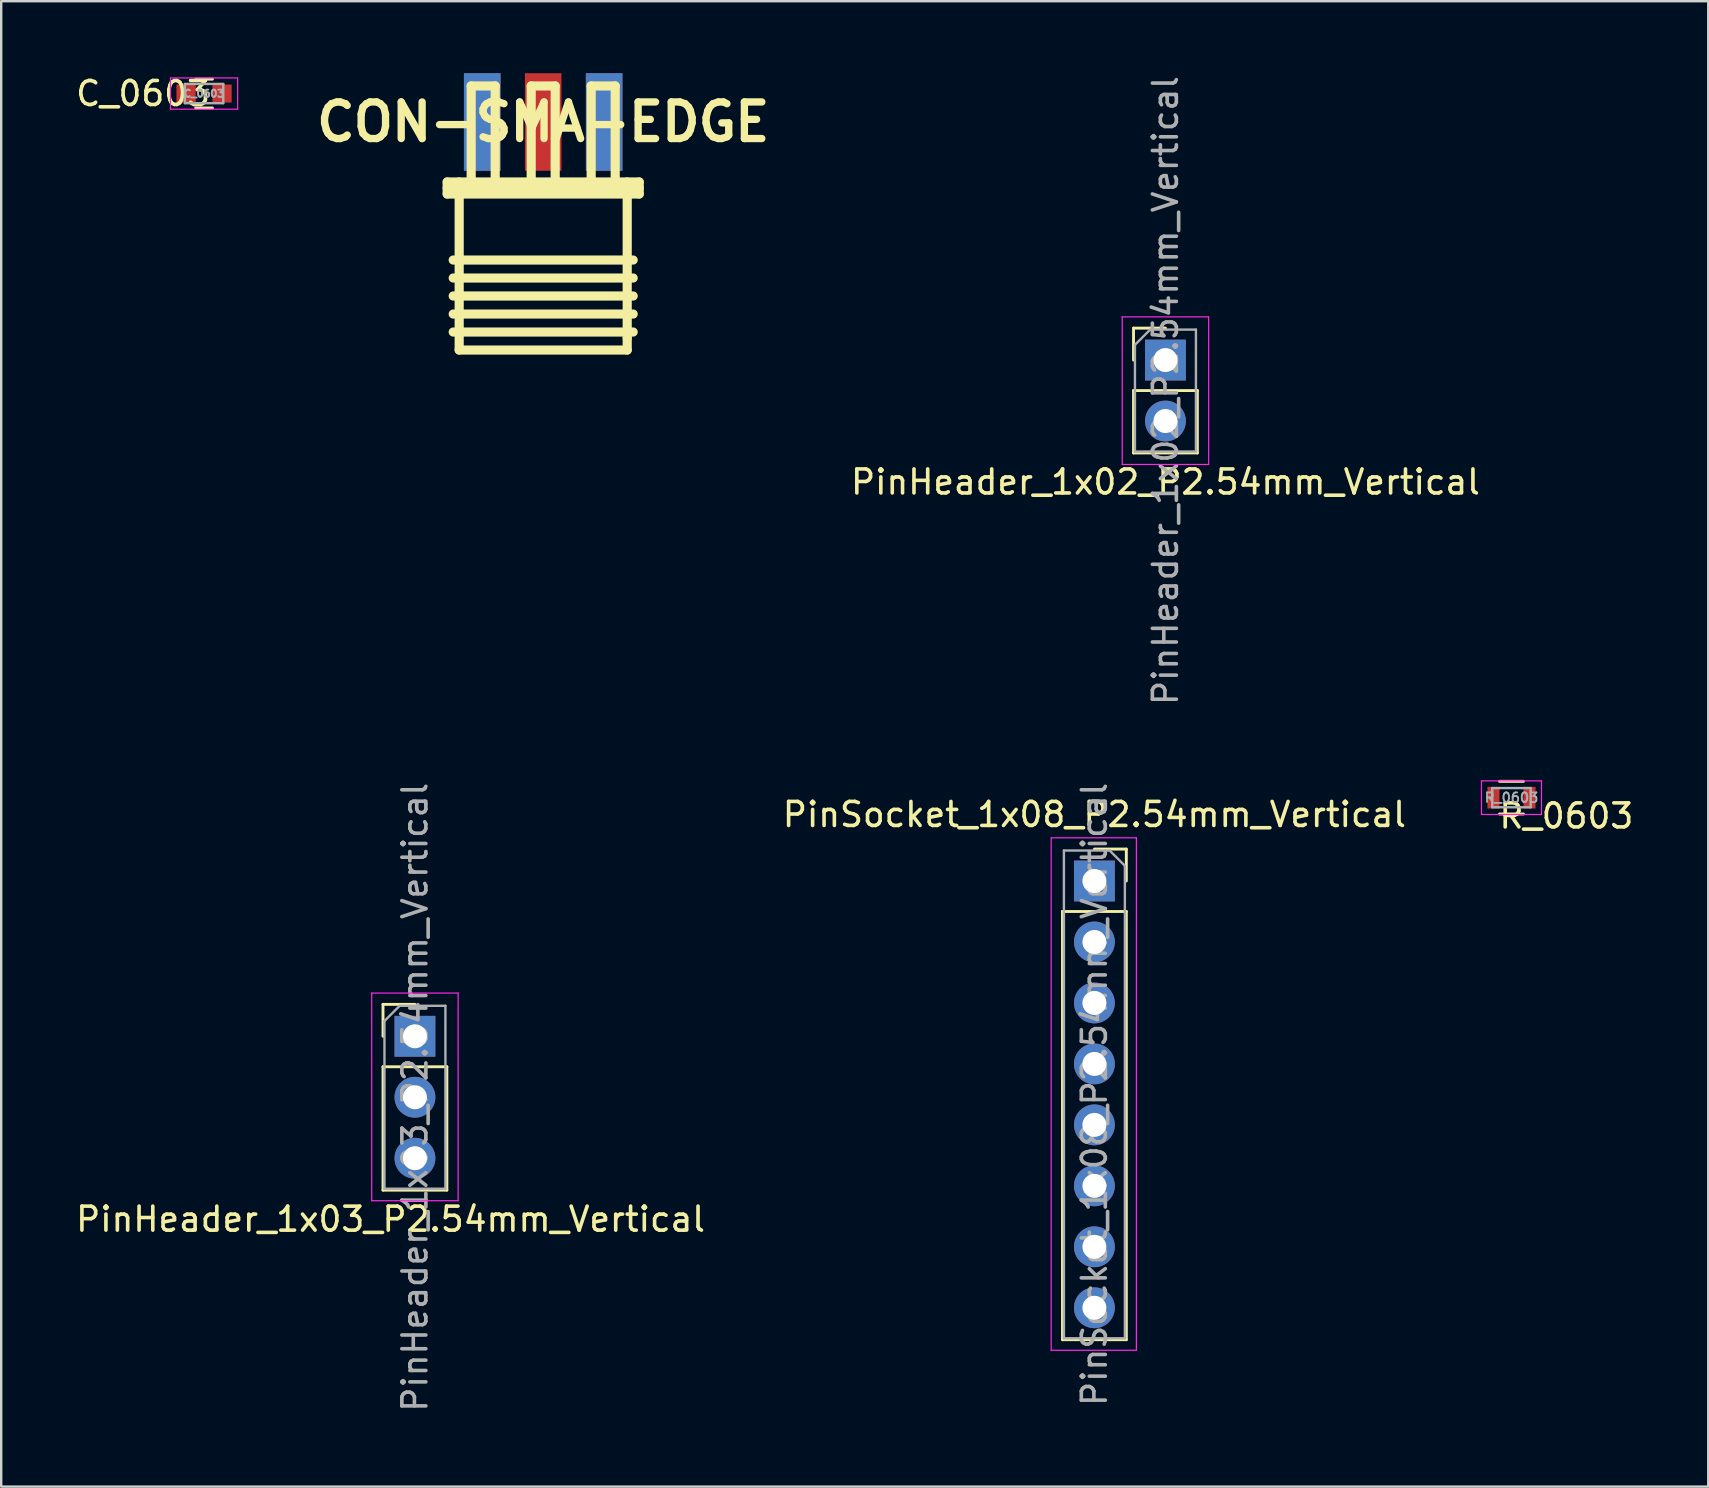
<source format=kicad_pcb>
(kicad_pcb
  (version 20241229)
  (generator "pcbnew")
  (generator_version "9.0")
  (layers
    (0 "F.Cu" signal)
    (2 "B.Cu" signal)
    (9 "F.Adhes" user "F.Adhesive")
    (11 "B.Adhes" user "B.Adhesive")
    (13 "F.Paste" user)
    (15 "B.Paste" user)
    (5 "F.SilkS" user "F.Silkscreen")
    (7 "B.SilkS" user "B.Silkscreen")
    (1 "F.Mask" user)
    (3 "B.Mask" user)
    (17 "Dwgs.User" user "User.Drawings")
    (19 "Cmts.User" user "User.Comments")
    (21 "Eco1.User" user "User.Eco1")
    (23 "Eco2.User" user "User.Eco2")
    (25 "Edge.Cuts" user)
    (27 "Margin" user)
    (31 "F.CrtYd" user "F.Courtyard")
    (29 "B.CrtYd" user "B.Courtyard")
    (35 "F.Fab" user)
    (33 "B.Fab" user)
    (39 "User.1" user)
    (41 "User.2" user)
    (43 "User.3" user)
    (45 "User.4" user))
  (footprint "C_0603"
    (layer "F.Cu")
    (at 5.451 0.848)
    (property "Reference" "C_0603" (at -2.54 0 0) (layer "F.SilkS") (effects (font (size 1 1) (thickness 0.15))))
    (attr smd)
    (fp_line (start -0.35 -0.6) (end 0.35 -0.6) (stroke (width 0.12) (type solid)) (layer "F.SilkS"))
    (fp_line (start 0.35 0.6) (end -0.35 0.6) (stroke (width 0.12) (type solid)) (layer "F.SilkS"))
    (fp_line (start -1.4 -0.65) (end -1.4 0.65) (stroke (width 0.05) (type solid)) (layer "F.CrtYd"))
    (fp_line (start -1.4 -0.65) (end 1.4 -0.65) (stroke (width 0.05) (type solid)) (layer "F.CrtYd"))
    (fp_line (start 1.4 0.65) (end -1.4 0.65) (stroke (width 0.05) (type solid)) (layer "F.CrtYd"))
    (fp_line (start 1.4 0.65) (end 1.4 -0.65) (stroke (width 0.05) (type solid)) (layer "F.CrtYd"))
    (fp_line (start -0.8 -0.4) (end 0.8 -0.4) (stroke (width 0.1) (type solid)) (layer "F.Fab"))
    (fp_line (start -0.8 0.4) (end -0.8 -0.4) (stroke (width 0.1) (type solid)) (layer "F.Fab"))
    (fp_line (start 0.8 -0.4) (end 0.8 0.4) (stroke (width 0.1) (type solid)) (layer "F.Fab"))
    (fp_line (start 0.8 0.4) (end -0.8 0.4) (stroke (width 0.1) (type solid)) (layer "F.Fab"))
    (fp_text user "${REFERENCE}" (at 0 0 0) (layer "F.Fab") (effects (font (size 0.3 0.3) (thickness 0.075))))
    (pad "1" smd rect (at -0.75 0) (size 0.8 0.75) (layers "F.Cu" "F.Mask" "F.Paste"))
    (pad "2" smd rect (at 0.75 0) (size 0.8 0.75) (layers "F.Cu" "F.Mask" "F.Paste")))
  (footprint "CON-SMA-EDGE"
    (layer "F.Cu")
    (at 19.579 2.032)
    (property "Reference" "CON-SMA-EDGE" (at 0 0 0) (layer "F.SilkS") (effects (font (size 1.524 1.524) (thickness 0.305))))
    (attr through_hole)
    (fp_line (start -4 2.499) (end 4 2.499) (stroke (width 0.381) (type solid)) (layer "F.SilkS"))
    (fp_line (start -4 3) (end -4 2.499) (stroke (width 0.381) (type solid)) (layer "F.SilkS"))
    (fp_line (start -4 3) (end 4 3) (stroke (width 0.381) (type solid)) (layer "F.SilkS"))
    (fp_line (start -3.749 5.751) (end 3.749 5.751) (stroke (width 0.381) (type solid)) (layer "F.SilkS"))
    (fp_line (start -3.749 8.001) (end 3.749 8.001) (stroke (width 0.381) (type solid)) (layer "F.SilkS"))
    (fp_line (start -3.5 9.5) (end -3.5 2.499) (stroke (width 0.381) (type solid)) (layer "F.SilkS"))
    (fp_line (start -3.5 9.5) (end 3.5 9.5) (stroke (width 0.381) (type solid)) (layer "F.SilkS"))
    (fp_line (start -3 -1.501) (end -1.999 -1.501) (stroke (width 0.381) (type solid)) (layer "F.SilkS"))
    (fp_line (start -3 2.499) (end -3 -1.501) (stroke (width 0.381) (type solid)) (layer "F.SilkS"))
    (fp_line (start -1.999 -1.501) (end -1.999 2.499) (stroke (width 0.381) (type solid)) (layer "F.SilkS"))
    (fp_line (start -0.5 -1.501) (end 0.5 -1.501) (stroke (width 0.381) (type solid)) (layer "F.SilkS"))
    (fp_line (start -0.5 2.499) (end -0.5 -1.501) (stroke (width 0.381) (type solid)) (layer "F.SilkS"))
    (fp_line (start 0.5 -1.501) (end 0.5 2.499) (stroke (width 0.381) (type solid)) (layer "F.SilkS"))
    (fp_line (start 1.999 -1.501) (end 3 -1.501) (stroke (width 0.381) (type solid)) (layer "F.SilkS"))
    (fp_line (start 1.999 2.499) (end 1.999 -1.501) (stroke (width 0.381) (type solid)) (layer "F.SilkS"))
    (fp_line (start 3 -1.501) (end 3 2.499) (stroke (width 0.381) (type solid)) (layer "F.SilkS"))
    (fp_line (start 3.5 2.499) (end 3.5 8.999) (stroke (width 0.381) (type solid)) (layer "F.SilkS"))
    (fp_line (start 3.5 9.5) (end 3.5 8.999) (stroke (width 0.381) (type solid)) (layer "F.SilkS"))
    (fp_line (start 3.749 6.5) (end -3.749 6.5) (stroke (width 0.381) (type solid)) (layer "F.SilkS"))
    (fp_line (start 3.749 7.249) (end -3.749 7.249) (stroke (width 0.381) (type solid)) (layer "F.SilkS"))
    (fp_line (start 3.749 8.75) (end -3.749 8.75) (stroke (width 0.381) (type solid)) (layer "F.SilkS"))
    (fp_line (start 4 2.751) (end -4 2.751) (stroke (width 0.381) (type solid)) (layer "F.SilkS"))
    (fp_line (start 4 3) (end 4 2.499) (stroke (width 0.381) (type solid)) (layer "F.SilkS"))
    (pad "1" smd rect (at 0 0) (size 1.524 4.064) (layers "F.Cu" "F.Mask" "F.Paste"))
    (pad "2" smd rect (at -2.54 0) (size 1.524 4.064) (layers "F.Cu" "F.Mask" "F.Paste"))
    (pad "3" smd rect (at -2.54 0) (size 1.524 4.064) (layers "B.Cu" "B.Mask" "B.Paste"))
    (pad "4" smd rect (at 2.54 0) (size 1.524 4.064) (layers "F.Cu" "F.Mask" "F.Paste"))
    (pad "5" smd rect (at 2.54 0) (size 1.524 4.064) (layers "B.Cu" "B.Mask" "B.Paste")))
  (footprint "PinSocket_1x08_P2.54mm_Vertical"
    (layer "F.Cu")
    (at 42.542 33.652)
    (property "Reference" "PinSocket_1x08_P2.54mm_Vertical" (at 0 -2.77 180) (layer "F.SilkS") (effects (font (size 1 1) (thickness 0.15))))
    (attr through_hole)
    (fp_line (start -1.33 1.27) (end -1.33 19.11) (stroke (width 0.12) (type solid)) (layer "F.SilkS"))
    (fp_line (start -1.33 1.27) (end 1.33 1.27) (stroke (width 0.12) (type solid)) (layer "F.SilkS"))
    (fp_line (start -1.33 19.11) (end 1.33 19.11) (stroke (width 0.12) (type solid)) (layer "F.SilkS"))
    (fp_line (start 0 -1.33) (end 1.33 -1.33) (stroke (width 0.12) (type solid)) (layer "F.SilkS"))
    (fp_line (start 1.33 -1.33) (end 1.33 0) (stroke (width 0.12) (type solid)) (layer "F.SilkS"))
    (fp_line (start 1.33 1.27) (end 1.33 19.11) (stroke (width 0.12) (type solid)) (layer "F.SilkS"))
    (fp_line (start -1.8 -1.8) (end 1.75 -1.8) (stroke (width 0.05) (type solid)) (layer "F.CrtYd"))
    (fp_line (start -1.8 19.55) (end -1.8 -1.8) (stroke (width 0.05) (type solid)) (layer "F.CrtYd"))
    (fp_line (start 1.75 -1.8) (end 1.75 19.55) (stroke (width 0.05) (type solid)) (layer "F.CrtYd"))
    (fp_line (start 1.75 19.55) (end -1.8 19.55) (stroke (width 0.05) (type solid)) (layer "F.CrtYd"))
    (fp_line (start -1.27 -1.27) (end 0.635 -1.27) (stroke (width 0.1) (type solid)) (layer "F.Fab"))
    (fp_line (start -1.27 19.05) (end -1.27 -1.27) (stroke (width 0.1) (type solid)) (layer "F.Fab"))
    (fp_line (start 0.635 -1.27) (end 1.27 -0.635) (stroke (width 0.1) (type solid)) (layer "F.Fab"))
    (fp_line (start 1.27 -0.635) (end 1.27 19.05) (stroke (width 0.1) (type solid)) (layer "F.Fab"))
    (fp_line (start 1.27 19.05) (end -1.27 19.05) (stroke (width 0.1) (type solid)) (layer "F.Fab"))
    (fp_text user "${REFERENCE}" (at 0 8.89 90) (layer "F.Fab") (effects (font (size 1 1) (thickness 0.15))))
    (pad "1" thru_hole rect (at 0 0) (size 1.7 1.7) (drill 1) (layers "*.Cu" "*.Mask"))
    (pad "2" thru_hole oval (at 0 2.54) (size 1.7 1.7) (drill 1) (layers "*.Cu" "*.Mask"))
    (pad "3" thru_hole oval (at 0 5.08) (size 1.7 1.7) (drill 1) (layers "*.Cu" "*.Mask"))
    (pad "4" thru_hole oval (at 0 7.62) (size 1.7 1.7) (drill 1) (layers "*.Cu" "*.Mask"))
    (pad "5" thru_hole oval (at 0 10.16) (size 1.7 1.7) (drill 1) (layers "*.Cu" "*.Mask"))
    (pad "6" thru_hole oval (at 0 12.7) (size 1.7 1.7) (drill 1) (layers "*.Cu" "*.Mask"))
    (pad "7" thru_hole oval (at 0 15.24) (size 1.7 1.7) (drill 1) (layers "*.Cu" "*.Mask"))
    (pad "8" thru_hole oval (at 0 17.78) (size 1.7 1.7) (drill 1) (layers "*.Cu" "*.Mask")))
  (footprint "PinHeader_1x02_P2.54mm_Vertical"
    (layer "F.Cu")
    (at 45.502 11.95)
    (property "Reference" "PinHeader_1x02_P2.54mm_Vertical" (at 0 5.08 0) (layer "F.SilkS") (effects (font (size 1 1) (thickness 0.15))))
    (attr through_hole)
    (fp_line (start -1.33 -1.33) (end 0 -1.33) (stroke (width 0.12) (type solid)) (layer "F.SilkS"))
    (fp_line (start -1.33 0) (end -1.33 -1.33) (stroke (width 0.12) (type solid)) (layer "F.SilkS"))
    (fp_line (start -1.33 1.27) (end -1.33 3.87) (stroke (width 0.12) (type solid)) (layer "F.SilkS"))
    (fp_line (start -1.33 1.27) (end 1.33 1.27) (stroke (width 0.12) (type solid)) (layer "F.SilkS"))
    (fp_line (start -1.33 3.87) (end 1.33 3.87) (stroke (width 0.12) (type solid)) (layer "F.SilkS"))
    (fp_line (start 1.33 1.27) (end 1.33 3.87) (stroke (width 0.12) (type solid)) (layer "F.SilkS"))
    (fp_line (start -1.8 -1.8) (end -1.8 4.35) (stroke (width 0.05) (type solid)) (layer "F.CrtYd"))
    (fp_line (start -1.8 4.35) (end 1.8 4.35) (stroke (width 0.05) (type solid)) (layer "F.CrtYd"))
    (fp_line (start 1.8 -1.8) (end -1.8 -1.8) (stroke (width 0.05) (type solid)) (layer "F.CrtYd"))
    (fp_line (start 1.8 4.35) (end 1.8 -1.8) (stroke (width 0.05) (type solid)) (layer "F.CrtYd"))
    (fp_line (start -1.27 -0.635) (end -0.635 -1.27) (stroke (width 0.1) (type solid)) (layer "F.Fab"))
    (fp_line (start -1.27 3.81) (end -1.27 -0.635) (stroke (width 0.1) (type solid)) (layer "F.Fab"))
    (fp_line (start -0.635 -1.27) (end 1.27 -1.27) (stroke (width 0.1) (type solid)) (layer "F.Fab"))
    (fp_line (start 1.27 -1.27) (end 1.27 3.81) (stroke (width 0.1) (type solid)) (layer "F.Fab"))
    (fp_line (start 1.27 3.81) (end -1.27 3.81) (stroke (width 0.1) (type solid)) (layer "F.Fab"))
    (fp_text user "${REFERENCE}" (at 0 1.27 270) (layer "F.Fab") (effects (font (size 1 1) (thickness 0.15))))
    (pad "1" thru_hole rect (at 0 0) (size 1.7 1.7) (drill 1) (layers "*.Cu" "*.Mask"))
    (pad "2" thru_hole oval (at 0 2.54) (size 1.7 1.7) (drill 1) (layers "*.Cu" "*.Mask")))
  (footprint "PinHeader_1x03_P2.54mm_Vertical"
    (layer "F.Cu")
    (at 14.236 40.121)
    (property "Reference" "PinHeader_1x03_P2.54mm_Vertical" (at -1.016 7.62 0) (layer "F.SilkS") (effects (font (size 1 1) (thickness 0.15))))
    (attr through_hole)
    (fp_line (start -1.33 -1.33) (end 0 -1.33) (stroke (width 0.12) (type solid)) (layer "F.SilkS"))
    (fp_line (start -1.33 0) (end -1.33 -1.33) (stroke (width 0.12) (type solid)) (layer "F.SilkS"))
    (fp_line (start -1.33 1.27) (end -1.33 6.41) (stroke (width 0.12) (type solid)) (layer "F.SilkS"))
    (fp_line (start -1.33 1.27) (end 1.33 1.27) (stroke (width 0.12) (type solid)) (layer "F.SilkS"))
    (fp_line (start -1.33 6.41) (end 1.33 6.41) (stroke (width 0.12) (type solid)) (layer "F.SilkS"))
    (fp_line (start 1.33 1.27) (end 1.33 6.41) (stroke (width 0.12) (type solid)) (layer "F.SilkS"))
    (fp_line (start -1.8 -1.8) (end -1.8 6.85) (stroke (width 0.05) (type solid)) (layer "F.CrtYd"))
    (fp_line (start -1.8 6.85) (end 1.8 6.85) (stroke (width 0.05) (type solid)) (layer "F.CrtYd"))
    (fp_line (start 1.8 -1.8) (end -1.8 -1.8) (stroke (width 0.05) (type solid)) (layer "F.CrtYd"))
    (fp_line (start 1.8 6.85) (end 1.8 -1.8) (stroke (width 0.05) (type solid)) (layer "F.CrtYd"))
    (fp_line (start -1.27 -0.635) (end -0.635 -1.27) (stroke (width 0.1) (type solid)) (layer "F.Fab"))
    (fp_line (start -1.27 6.35) (end -1.27 -0.635) (stroke (width 0.1) (type solid)) (layer "F.Fab"))
    (fp_line (start -0.635 -1.27) (end 1.27 -1.27) (stroke (width 0.1) (type solid)) (layer "F.Fab"))
    (fp_line (start 1.27 -1.27) (end 1.27 6.35) (stroke (width 0.1) (type solid)) (layer "F.Fab"))
    (fp_line (start 1.27 6.35) (end -1.27 6.35) (stroke (width 0.1) (type solid)) (layer "F.Fab"))
    (fp_text user "${REFERENCE}" (at 0 2.54 270) (layer "F.Fab") (effects (font (size 1 1) (thickness 0.15))))
    (pad "1" thru_hole rect (at 0 0) (size 1.7 1.7) (drill 1) (layers "*.Cu" "*.Mask"))
    (pad "2" thru_hole oval (at 0 2.54) (size 1.7 1.7) (drill 1) (layers "*.Cu" "*.Mask"))
    (pad "3" thru_hole oval (at 0 5.08) (size 1.7 1.7) (drill 1) (layers "*.Cu" "*.Mask")))
  (footprint "R_0603"
    (layer "F.Cu")
    (at 59.918 30.18)
    (property "Reference" "R_0603" (at 2.286 0.762 180) (layer "F.SilkS") (effects (font (size 1 1) (thickness 0.15))))
    (attr smd)
    (fp_line (start -0.5 -0.68) (end 0.5 -0.68) (stroke (width 0.12) (type solid)) (layer "F.SilkS"))
    (fp_line (start 0.5 0.68) (end -0.5 0.68) (stroke (width 0.12) (type solid)) (layer "F.SilkS"))
    (fp_line (start -1.25 -0.7) (end -1.25 0.7) (stroke (width 0.05) (type solid)) (layer "F.CrtYd"))
    (fp_line (start -1.25 -0.7) (end 1.25 -0.7) (stroke (width 0.05) (type solid)) (layer "F.CrtYd"))
    (fp_line (start 1.25 0.7) (end -1.25 0.7) (stroke (width 0.05) (type solid)) (layer "F.CrtYd"))
    (fp_line (start 1.25 0.7) (end 1.25 -0.7) (stroke (width 0.05) (type solid)) (layer "F.CrtYd"))
    (fp_line (start -0.8 -0.4) (end 0.8 -0.4) (stroke (width 0.1) (type solid)) (layer "F.Fab"))
    (fp_line (start -0.8 0.4) (end -0.8 -0.4) (stroke (width 0.1) (type solid)) (layer "F.Fab"))
    (fp_line (start 0.8 -0.4) (end 0.8 0.4) (stroke (width 0.1) (type solid)) (layer "F.Fab"))
    (fp_line (start 0.8 0.4) (end -0.8 0.4) (stroke (width 0.1) (type solid)) (layer "F.Fab"))
    (fp_text user "${REFERENCE}" (at 0 0 180) (layer "F.Fab") (effects (font (size 0.4 0.4) (thickness 0.075))))
    (pad "1" smd rect (at -0.75 0) (size 0.5 0.9) (layers "F.Cu" "F.Mask" "F.Paste"))
    (pad "2" smd rect (at 0.75 0) (size 0.5 0.9) (layers "F.Cu" "F.Mask" "F.Paste")))
  (gr_rect
    (start -3 -3)
    (end 68.115 58.881)
    (stroke (width 0.1) (type default))
    (fill no)
    (layer "Edge.Cuts")))
</source>
